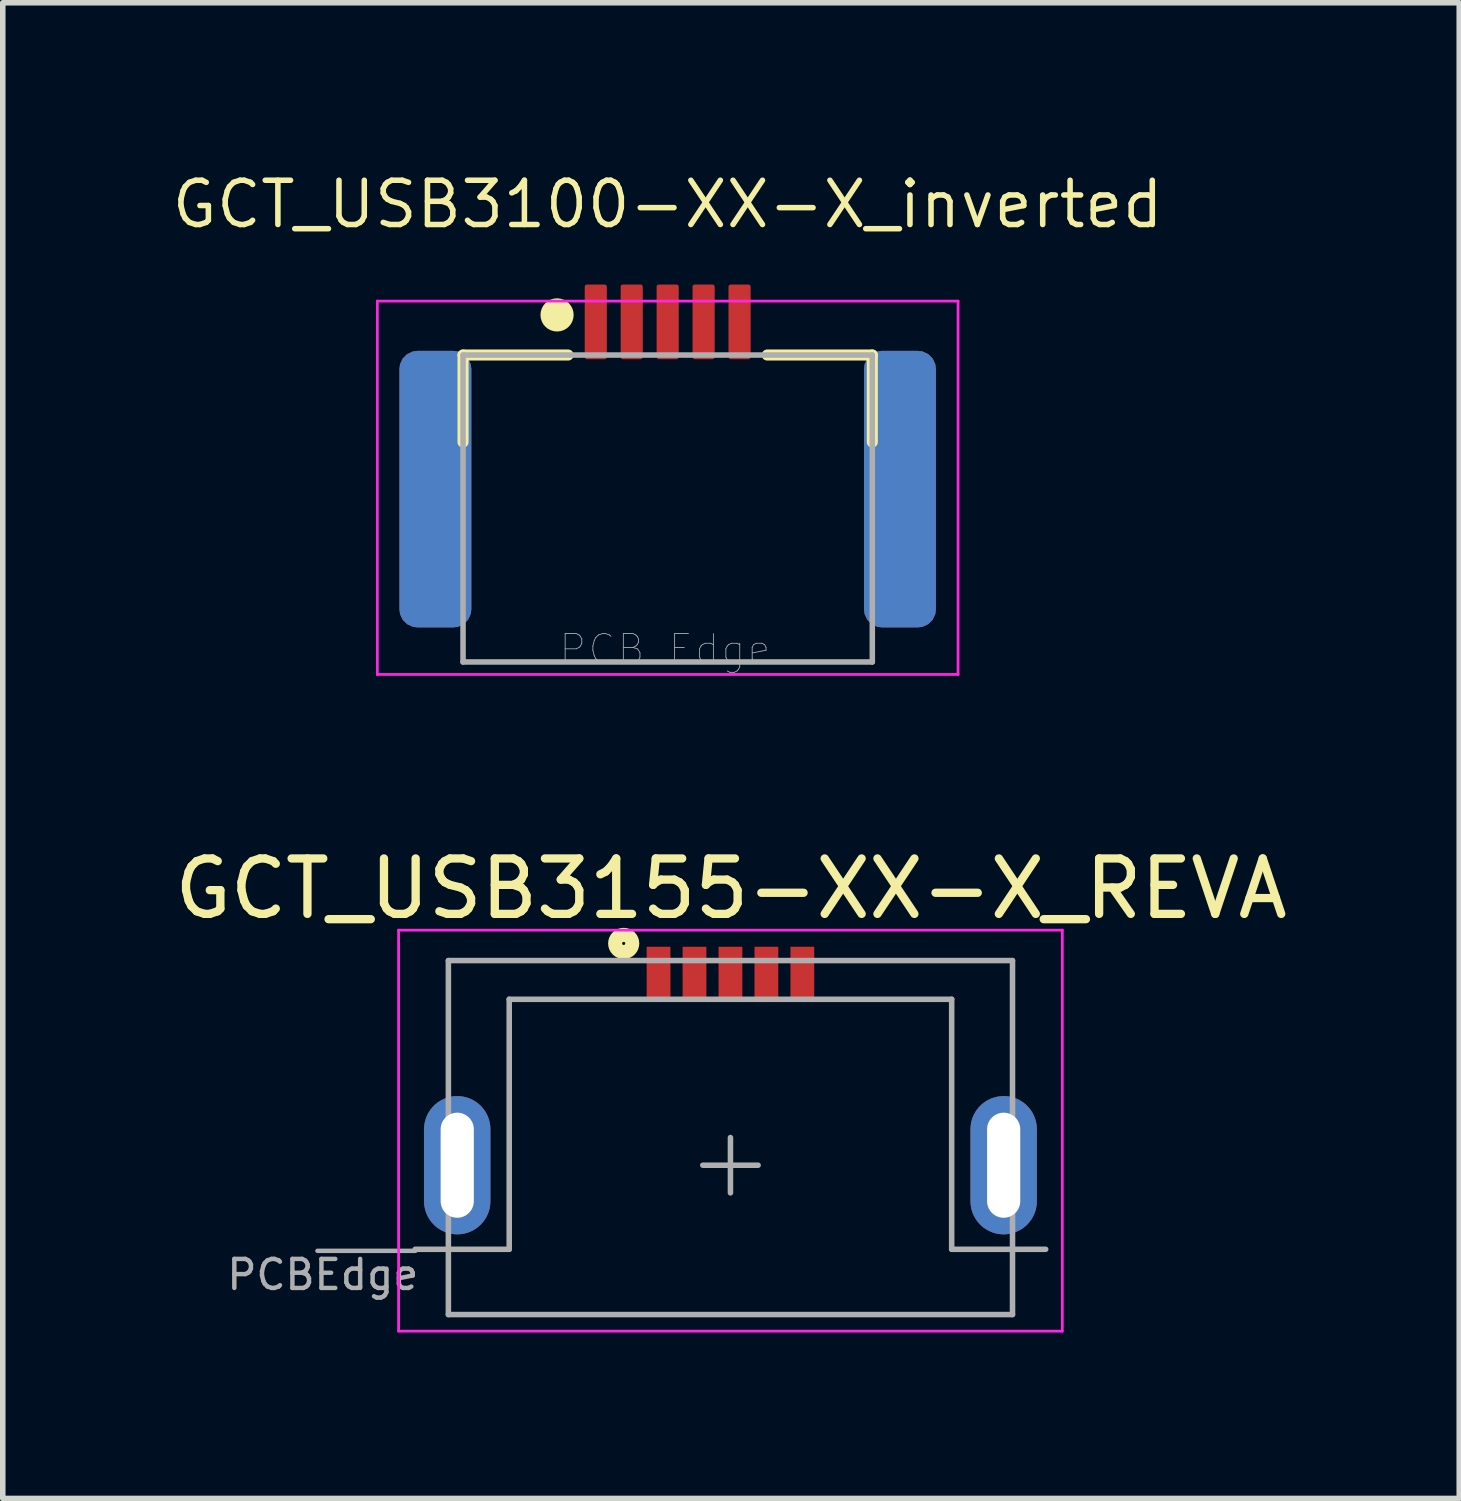
<source format=kicad_pcb>
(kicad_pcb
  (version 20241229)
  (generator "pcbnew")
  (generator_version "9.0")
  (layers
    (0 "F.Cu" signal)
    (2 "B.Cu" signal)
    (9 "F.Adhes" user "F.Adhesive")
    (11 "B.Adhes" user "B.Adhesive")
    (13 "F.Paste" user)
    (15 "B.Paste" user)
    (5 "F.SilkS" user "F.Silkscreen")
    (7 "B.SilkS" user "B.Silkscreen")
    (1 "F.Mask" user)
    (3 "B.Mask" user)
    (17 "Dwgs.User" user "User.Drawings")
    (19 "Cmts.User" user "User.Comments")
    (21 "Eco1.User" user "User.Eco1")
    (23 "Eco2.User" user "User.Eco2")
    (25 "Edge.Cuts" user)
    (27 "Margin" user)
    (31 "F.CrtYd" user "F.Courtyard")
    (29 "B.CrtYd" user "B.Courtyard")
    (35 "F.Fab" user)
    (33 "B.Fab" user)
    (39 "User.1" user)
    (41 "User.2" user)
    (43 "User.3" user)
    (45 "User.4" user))
  (footprint "GCT_USB3100-XX-X_inverted"
    (layer "F.Cu")
    (at 9.022 6.144)
    (property "Reference" "GCT_USB3100-XX-X_inverted" (at 0 -5.5 0) (layer "F.SilkS") (effects (font (size 0.8 0.8) (thickness 0.1))))
    (attr smd)
    (fp_line (start -3.7 -2.775) (end -1.8 -2.775) (stroke (width 0.2) (type solid)) (layer "F.SilkS"))
    (fp_line (start -3.7 -1.2) (end -3.7 -2.775) (stroke (width 0.2) (type solid)) (layer "F.SilkS"))
    (fp_line (start 1.8 -2.775) (end 3.7 -2.775) (stroke (width 0.2) (type solid)) (layer "F.SilkS"))
    (fp_line (start 3.7 -1.2) (end 3.7 -2.775) (stroke (width 0.2) (type solid)) (layer "F.SilkS"))
    (fp_circle (center -2 -3.5) (end -1.85 -3.5) (stroke (width 0.3) (type solid)) (fill no) (layer "F.SilkS"))
    (fp_line (start -3.85 -2.75) (end -3.85 2.15) (stroke (width 0.1) (type solid)) (layer "Eco2.User"))
    (fp_line (start -3.85 -2.75) (end 3.85 -2.75) (stroke (width 0.1) (type solid)) (layer "Eco2.User"))
    (fp_line (start -3.85 2.15) (end -5.25 2.15) (stroke (width 0.1) (type solid)) (layer "Eco2.User"))
    (fp_line (start 3.85 -2.75) (end 3.85 2.15) (stroke (width 0.1) (type solid)) (layer "Eco2.User"))
    (fp_line (start 3.85 2.15) (end 5.25 2.15) (stroke (width 0.1) (type solid)) (layer "Eco2.User"))
    (fp_line (start -5.25 -3.75) (end 5.25 -3.75) (stroke (width 0.05) (type solid)) (layer "F.CrtYd"))
    (fp_line (start -5.25 3) (end -5.25 -3.75) (stroke (width 0.05) (type solid)) (layer "F.CrtYd"))
    (fp_line (start -5.25 3) (end 5.25 3) (stroke (width 0.05) (type solid)) (layer "F.CrtYd"))
    (fp_line (start 5.25 3) (end 5.25 -3.75) (stroke (width 0.05) (type solid)) (layer "F.CrtYd"))
    (fp_line (start -3.7 -2.775) (end 3.7 -2.775) (stroke (width 0.1) (type solid)) (layer "F.Fab"))
    (fp_line (start -3.7 2.775) (end -3.7 -2.775) (stroke (width 0.1) (type solid)) (layer "F.Fab"))
    (fp_line (start -3.7 2.775) (end 3.7 2.775) (stroke (width 0.1) (type solid)) (layer "F.Fab"))
    (fp_line (start 3.7 2.775) (end 3.7 -2.775) (stroke (width 0.1) (type solid)) (layer "F.Fab"))
    (fp_text user "CUT OUT" (at 0 0 0) (layer "Eco2.User") (effects (font (size 1 1) (thickness 0.1))))
    (fp_text user "~{}      PCB Edge      " (at -0.05 2.545 0) (layer "F.Fab") (effects (font (size 0.526 0.526) (thickness 0.015))))
    (pad "1" smd roundrect (at -1.3 -3.375) (size 0.4 1.35) (layers "F.Cu" "F.Mask") (roundrect_rratio 0.1))
    (pad "2" smd roundrect (at -0.65 -3.375) (size 0.4 1.35) (layers "F.Cu" "F.Mask") (roundrect_rratio 0.1))
    (pad "3" smd roundrect (at 0 -3.375) (size 0.4 1.35) (layers "F.Cu" "F.Mask") (roundrect_rratio 0.1))
    (pad "4" smd roundrect (at 0.65 -3.375) (size 0.4 1.35) (layers "F.Cu" "F.Mask") (roundrect_rratio 0.1))
    (pad "5" smd roundrect (at 1.3 -3.375) (size 0.4 1.35) (layers "F.Cu" "F.Mask") (roundrect_rratio 0.1))
    (pad "6" smd roundrect (at -4.2 -0.35) (size 1.3 5) (layers "F.Cu" "F.Mask") (roundrect_rratio 0.25))
    (pad "6" smd roundrect (at -4.2 -0.35) (size 1.3 5) (layers "B.Cu" "B.Mask") (roundrect_rratio 0.25))
    (pad "6" smd roundrect (at 4.2 -0.35) (size 1.3 5) (layers "F.Cu" "F.Mask") (roundrect_rratio 0.25))
    (pad "6" smd roundrect (at 4.2 -0.35) (size 1.3 5) (layers "B.Cu" "B.Mask") (roundrect_rratio 0.25)))
  (footprint "GCT_USB3155-XX-X_REVA"
    (layer "F.Cu")
    (at 10.157 18.018)
    (property "Reference" "GCT_USB3155-XX-X_REVA" (at 0.01 -5 180) (layer "F.SilkS") (effects (font (size 1.002 1.002) (thickness 0.15))))
    (attr through_hole)
    (fp_circle (center -1.93 -4.01) (end -1.902 -4.01) (stroke (width 0.254) (type solid)) (fill no) (layer "F.SilkS"))
    (fp_line (start -6 -4.25) (end 6 -4.25) (stroke (width 0.05) (type solid)) (layer "F.CrtYd"))
    (fp_line (start -6 3) (end -6 -4.25) (stroke (width 0.05) (type solid)) (layer "F.CrtYd"))
    (fp_line (start -6 3) (end 6 3) (stroke (width 0.05) (type solid)) (layer "F.CrtYd"))
    (fp_line (start 6 3) (end 6 -4.25) (stroke (width 0.05) (type solid)) (layer "F.CrtYd"))
    (fp_line (start -5.7 1.52) (end -4 1.52) (stroke (width 0.1) (type solid)) (layer "F.Fab"))
    (fp_line (start -5.1 -3.7) (end 5.1 -3.7) (stroke (width 0.1) (type solid)) (layer "F.Fab"))
    (fp_line (start -5.1 2.7) (end -5.1 -3.7) (stroke (width 0.1) (type solid)) (layer "F.Fab"))
    (fp_line (start -5.1 2.7) (end 5.1 2.7) (stroke (width 0.1) (type solid)) (layer "F.Fab"))
    (fp_line (start -4 -3) (end 4 -3) (stroke (width 0.1) (type solid)) (layer "F.Fab"))
    (fp_line (start -4 1.52) (end -4 -3) (stroke (width 0.1) (type solid)) (layer "F.Fab"))
    (fp_line (start -0.5 0) (end 0.5 0) (stroke (width 0.1) (type solid)) (layer "F.Fab"))
    (fp_line (start 0 0.5) (end 0 -0.5) (stroke (width 0.1) (type solid)) (layer "F.Fab"))
    (fp_line (start 4 1.52) (end 4 -3) (stroke (width 0.1) (type solid)) (layer "F.Fab"))
    (fp_line (start 4 1.52) (end 5.7 1.52) (stroke (width 0.1) (type solid)) (layer "F.Fab"))
    (fp_line (start 5.1 2.7) (end 5.1 -3.7) (stroke (width 0.1) (type solid)) (layer "F.Fab"))
    (fp_text user "PCB~{Edge}" (at -7.37 1.98 0) (layer "F.Fab") (effects (font (size 0.525 0.525) (thickness 0.08))))
    (pad "1" smd rect (at -1.3 -3.475) (size 0.43 0.95) (layers "F.Cu" "F.Mask" "F.Paste"))
    (pad "2" smd rect (at -0.65 -3.475) (size 0.43 0.95) (layers "F.Cu" "F.Mask" "F.Paste"))
    (pad "3" smd rect (at 0 -3.475) (size 0.43 0.95) (layers "F.Cu" "F.Mask" "F.Paste"))
    (pad "4" smd rect (at 0.65 -3.475) (size 0.43 0.95) (layers "F.Cu" "F.Mask" "F.Paste"))
    (pad "5" smd rect (at 1.3 -3.475) (size 0.43 0.95) (layers "F.Cu" "F.Mask" "F.Paste"))
    (pad "S" thru_hole oval (at -4.94 0) (size 1.2 2.5) (drill oval 0.6 1.9) (layers "*.Cu" "*.Mask"))
    (pad "S" thru_hole oval (at 4.94 0) (size 1.2 2.5) (drill oval 0.6 1.9) (layers "*.Cu" "*.Mask")))
  (gr_rect
    (start -3 -3)
    (end 23.334 24.043)
    (stroke (width 0.1) (type default))
    (fill no)
    (layer "Edge.Cuts")))
</source>
